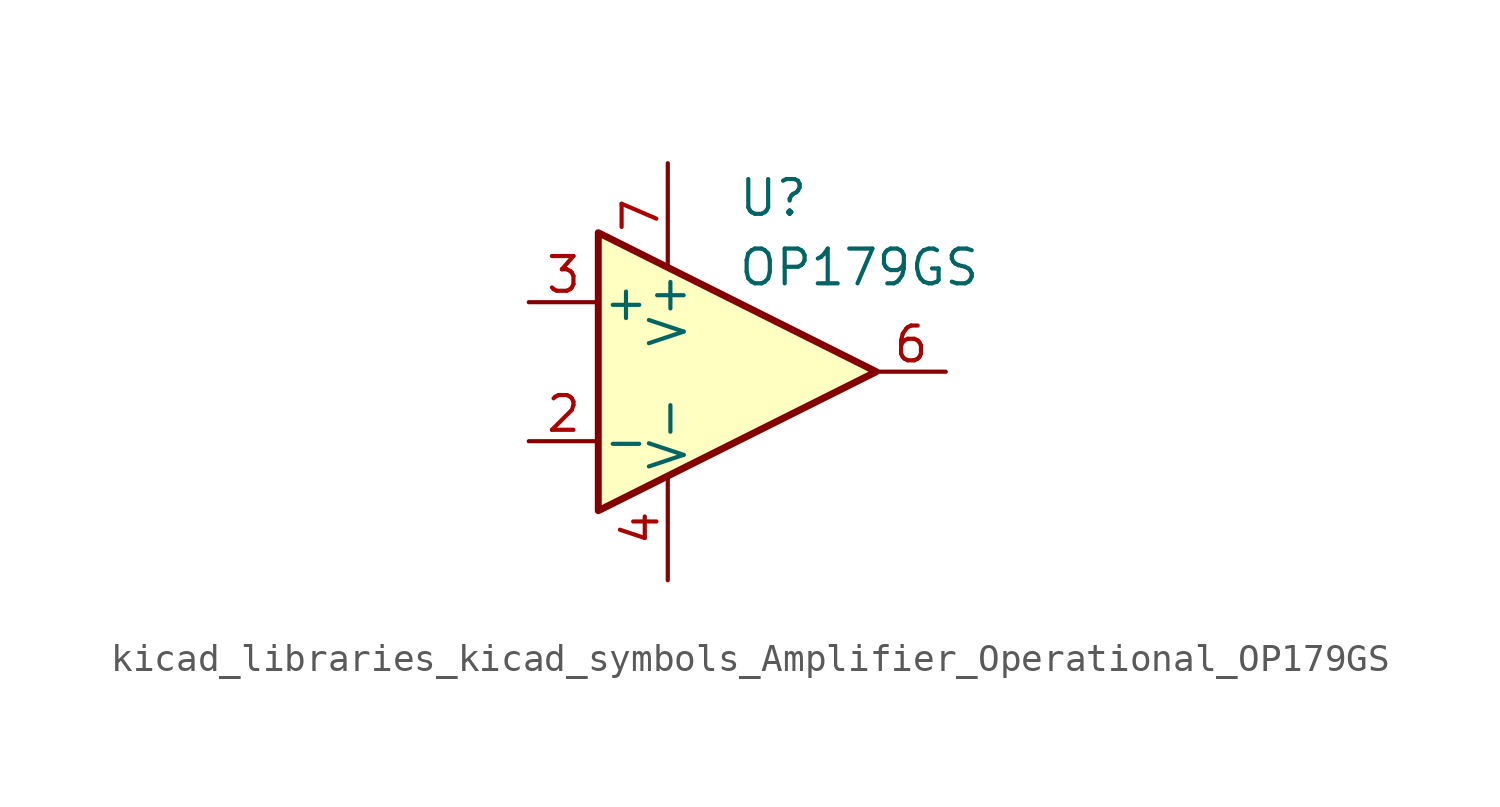
<source format=kicad_sym>
(kicad_symbol_lib
  (version 20220914)
  (generator kicad_symbol_editor)
  (symbol "kicad_libraries_kicad_symbols_Amplifier_Operational_OP179GS"
    (pin_names
      (offset 0.127))
    (property "Reference" "U"
      (at 0 6.35 0)
      (effects (font (size 1.27 1.27)) (justify left)))
    (property "Value" "OP179GS"
      (at 0 3.81 0)
      (effects (font (size 1.27 1.27)) (justify left)))
    (symbol "kicad_libraries_kicad_symbols_Amplifier_Operational_OP179GS_0_1"
      (polyline (pts (xy -5.08 5.08) (xy 5.08 0) (xy -5.08 -5.08) (xy -5.08 5.08)) (stroke (width 0.254) (type default)) (fill (type background))))
    (symbol "kicad_libraries_kicad_symbols_Amplifier_Operational_OP179GS_1_1"
      (pin no_connect line (at -5.08 -2.54 90) (length 2.54) hide (name "NC" (effects (font (size 1.27 1.27)))) (number "1" (effects (font (size 1.27 1.27)))))
      (pin input line (at -7.62 -2.54 0) (length 2.54) (name "-" (effects (font (size 1.27 1.27)))) (number "2" (effects (font (size 1.27 1.27)))))
      (pin input line (at -7.62 2.54 0) (length 2.54) (name "+" (effects (font (size 1.27 1.27)))) (number "3" (effects (font (size 1.27 1.27)))))
      (pin power_in line (at -2.54 -7.62 90) (length 3.81) (name "V-" (effects (font (size 1.27 1.27)))) (number "4" (effects (font (size 1.27 1.27)))))
      (pin no_connect line (at -2.54 -2.54 90) (length 2.54) hide (name "NC" (effects (font (size 1.27 1.27)))) (number "5" (effects (font (size 1.27 1.27)))))
      (pin output line (at 7.62 0 180) (length 2.54) (name "~" (effects (font (size 1.27 1.27)))) (number "6" (effects (font (size 1.27 1.27)))))
      (pin power_in line (at -2.54 7.62 270) (length 3.81) (name "V+" (effects (font (size 1.27 1.27)))) (number "7" (effects (font (size 1.27 1.27)))))
      (pin no_connect line (at 0 -2.54 90) (length 2.54) hide (name "NC" (effects (font (size 1.27 1.27)))) (number "8" (effects (font (size 1.27 1.27))))))))
</source>
